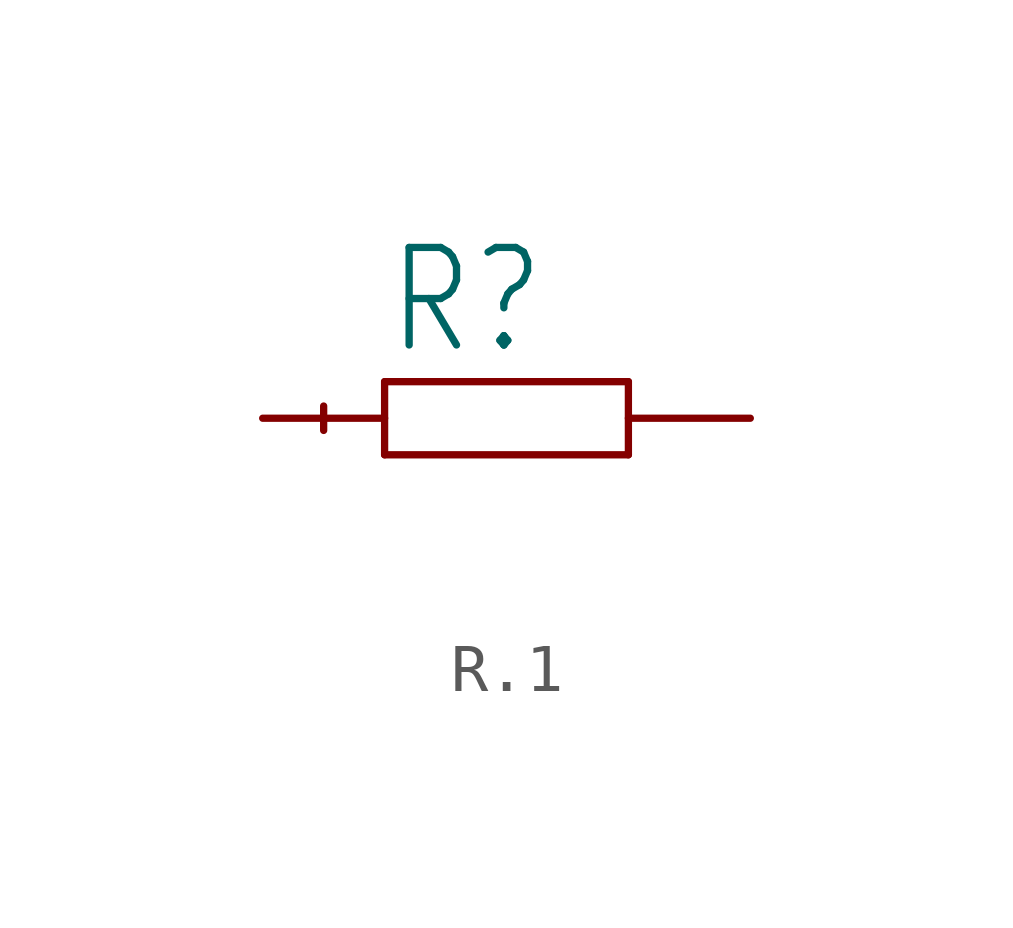
<source format=kicad_sym>
(kicad_symbol_lib
  (version 20241209)
  (generator "kicad_symbol_editor")
  (generator_version "9.0")
  (symbol "R.1"
    (property "Reference" "R"
      (at -2.54 1.27 0)
      (effects (font (size 2.032 1.727)) (justify left bottom)))
    (property "Value" ""
      (at -3.81 -3.556 0)
      (effects (font (size 2.032 1.727)) (justify left bottom)))
    (property "ki_locked" ""
      (at 0 0 0)
      (effects (font (size 1.27 1.27))))
    (symbol "R.1_1_0"
      (polyline (pts (xy -3.81 0.254) (xy -3.81 -0.254)) (stroke (width 0.152) (type solid)) (fill (type none)))
      (polyline (pts (xy -2.54 0.762) (xy -2.54 -0.762)) (stroke (width 0.152) (type solid)) (fill (type none)))
      (polyline (pts (xy -2.54 -0.762) (xy 2.54 -0.762)) (stroke (width 0.152) (type solid)) (fill (type none)))
      (polyline (pts (xy 2.54 0.762) (xy -2.54 0.762)) (stroke (width 0.152) (type solid)) (fill (type none)))
      (polyline (pts (xy 2.54 -0.762) (xy 2.54 0.762)) (stroke (width 0.152) (type solid)) (fill (type none)))
      (pin passive line (at -5.08 0 0) (length 2.54) (name "1" (effects (font (size 0 0)))) (number "1" (effects (font (size 0 0)))))
      (pin passive line (at 5.08 0 180) (length 2.54) (name "2" (effects (font (size 0 0)))) (number "2" (effects (font (size 0 0))))))))
</source>
